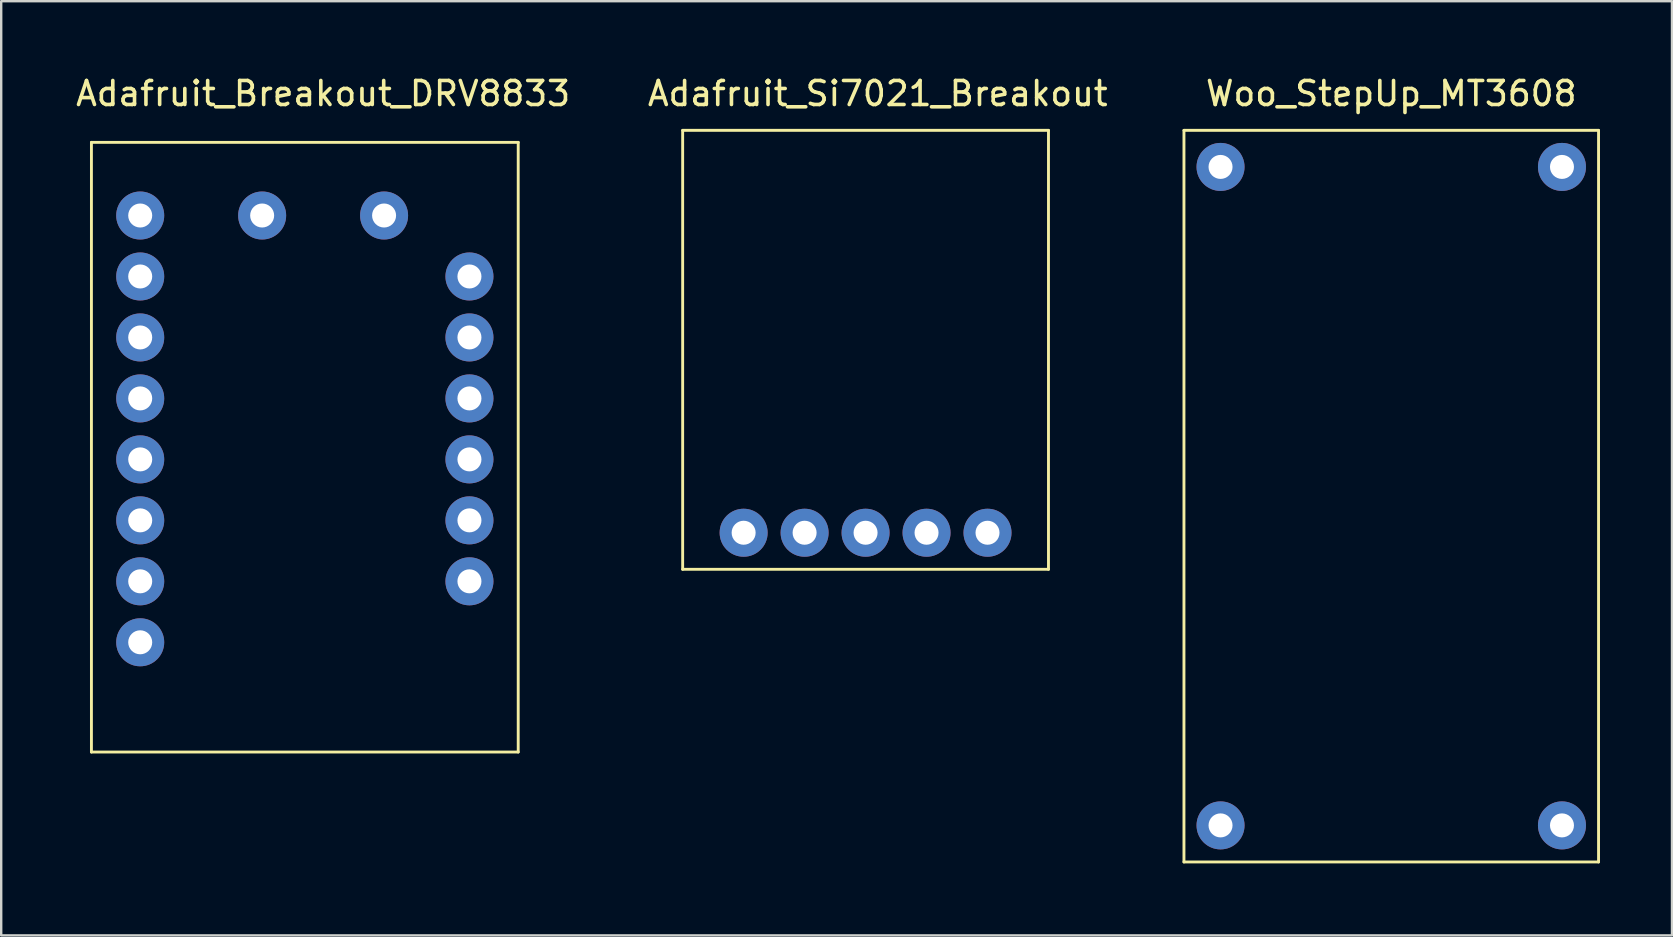
<source format=kicad_pcb>
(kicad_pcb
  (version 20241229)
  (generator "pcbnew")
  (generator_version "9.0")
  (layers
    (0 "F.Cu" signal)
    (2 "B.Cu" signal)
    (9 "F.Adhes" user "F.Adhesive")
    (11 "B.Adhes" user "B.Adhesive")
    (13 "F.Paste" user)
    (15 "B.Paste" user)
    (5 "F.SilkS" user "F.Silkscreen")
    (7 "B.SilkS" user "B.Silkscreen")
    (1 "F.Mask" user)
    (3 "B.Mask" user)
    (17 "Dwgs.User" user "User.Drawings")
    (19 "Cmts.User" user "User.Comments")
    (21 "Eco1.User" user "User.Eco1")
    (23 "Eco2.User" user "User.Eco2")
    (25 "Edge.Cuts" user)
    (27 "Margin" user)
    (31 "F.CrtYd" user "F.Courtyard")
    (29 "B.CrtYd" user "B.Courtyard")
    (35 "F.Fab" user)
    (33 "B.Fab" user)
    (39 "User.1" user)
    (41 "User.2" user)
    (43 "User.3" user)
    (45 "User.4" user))
  (footprint "Adafruit_Si7021_Breakout"
    (layer "F.Cu")
    (at 33.518 10.508)
    (property "Reference" "Adafruit_Si7021_Breakout" (at 0 -9.66 0) (layer "F.SilkS") (effects (font (size 1 1) (thickness 0.15))))
    (attr through_hole)
    (fp_line (start -8.128 -8.128) (end 7.112 -8.128) (stroke (width 0.12) (type solid)) (layer "F.SilkS"))
    (fp_line (start -8.128 10.16) (end -8.128 -8.128) (stroke (width 0.12) (type solid)) (layer "F.SilkS"))
    (fp_line (start 7.112 -8.128) (end 7.112 10.16) (stroke (width 0.12) (type solid)) (layer "F.SilkS"))
    (fp_line (start 7.112 10.16) (end -8.128 10.16) (stroke (width 0.12) (type solid)) (layer "F.SilkS"))
    (pad "1" thru_hole circle (at -5.588 8.636) (size 2 2) (drill 1) (layers "*.Cu" "*.Mask"))
    (pad "2" thru_hole circle (at -3.048 8.636) (size 2 2) (drill 1) (layers "*.Cu" "*.Mask"))
    (pad "3" thru_hole circle (at -0.508 8.636) (size 2 2) (drill 1) (layers "*.Cu" "*.Mask"))
    (pad "4" thru_hole circle (at 2.032 8.636) (size 2 2) (drill 1) (layers "*.Cu" "*.Mask"))
    (pad "5" thru_hole circle (at 4.572 8.636) (size 2 2) (drill 1) (layers "*.Cu" "*.Mask")))
  (footprint "Woo_StepUp_MT3608"
    (layer "F.Cu")
    (at 54.91 16.604)
    (property "Reference" "Woo_StepUp_MT3608" (at 0 -15.756 0) (layer "F.SilkS") (effects (font (size 1 1) (thickness 0.15))))
    (attr through_hole)
    (fp_line (start -8.636 -14.224) (end 8.636 -14.224) (stroke (width 0.12) (type solid)) (layer "F.SilkS"))
    (fp_line (start -8.636 16.256) (end -8.636 -14.224) (stroke (width 0.12) (type solid)) (layer "F.SilkS"))
    (fp_line (start 8.636 -14.224) (end 8.636 16.256) (stroke (width 0.12) (type solid)) (layer "F.SilkS"))
    (fp_line (start 8.636 16.256) (end -8.636 16.256) (stroke (width 0.12) (type solid)) (layer "F.SilkS"))
    (pad "1" thru_hole circle (at -7.112 -12.7) (size 2 2) (drill 1) (layers "*.Cu" "*.Mask"))
    (pad "2" thru_hole circle (at 7.112 -12.7) (size 2 2) (drill 1) (layers "*.Cu" "*.Mask"))
    (pad "3" thru_hole circle (at -7.112 14.732) (size 2 2) (drill 1) (layers "*.Cu" "*.Mask"))
    (pad "4" thru_hole circle (at 7.112 14.732) (size 2 2) (drill 1) (layers "*.Cu" "*.Mask")))
  (footprint "Adafruit_Breakout_DRV8833"
    (layer "F.Cu")
    (at 9.903 14.564)
    (property "Reference" "Adafruit_Breakout_DRV8833" (at 0.508 -13.716 0) (layer "F.SilkS") (effects (font (size 1 1) (thickness 0.15))))
    (attr through_hole)
    (fp_line (start -9.144 -11.684) (end -9.144 13.716) (stroke (width 0.12) (type solid)) (layer "F.SilkS"))
    (fp_line (start -9.144 13.716) (end 8.636 13.716) (stroke (width 0.12) (type solid)) (layer "F.SilkS"))
    (fp_line (start 8.636 -11.684) (end -9.144 -11.684) (stroke (width 0.12) (type solid)) (layer "F.SilkS"))
    (fp_line (start 8.636 13.716) (end 8.636 -11.684) (stroke (width 0.12) (type solid)) (layer "F.SilkS"))
    (pad "1" thru_hole circle (at -7.112 -8.636) (size 2 2) (drill 1) (layers "*.Cu" "*.Mask"))
    (pad "2" thru_hole circle (at -7.112 -6.096) (size 2 2) (drill 1) (layers "*.Cu" "*.Mask"))
    (pad "3" thru_hole circle (at -7.112 -3.556) (size 2 2) (drill 1) (layers "*.Cu" "*.Mask"))
    (pad "4" thru_hole circle (at -7.112 -1.016) (size 2 2) (drill 1) (layers "*.Cu" "*.Mask"))
    (pad "5" thru_hole circle (at -7.112 1.524) (size 2 2) (drill 1) (layers "*.Cu" "*.Mask"))
    (pad "6" thru_hole circle (at -7.112 4.064) (size 2 2) (drill 1) (layers "*.Cu" "*.Mask"))
    (pad "7" thru_hole circle (at -7.112 6.604) (size 2 2) (drill 1) (layers "*.Cu" "*.Mask"))
    (pad "8" thru_hole circle (at -7.112 9.144) (size 2 2) (drill 1) (layers "*.Cu" "*.Mask"))
    (pad "9" thru_hole circle (at 6.604 6.604) (size 2 2) (drill 1) (layers "*.Cu" "*.Mask"))
    (pad "10" thru_hole circle (at 6.604 4.064) (size 2 2) (drill 1) (layers "*.Cu" "*.Mask"))
    (pad "11" thru_hole circle (at 6.604 1.524) (size 2 2) (drill 1) (layers "*.Cu" "*.Mask"))
    (pad "12" thru_hole circle (at 6.604 -1.016) (size 2 2) (drill 1) (layers "*.Cu" "*.Mask"))
    (pad "13" thru_hole circle (at 6.604 -3.556) (size 2 2) (drill 1) (layers "*.Cu" "*.Mask"))
    (pad "14" thru_hole circle (at 6.604 -6.096) (size 2 2) (drill 1) (layers "*.Cu" "*.Mask"))
    (pad "15" thru_hole circle (at 3.048 -8.636) (size 2 2) (drill 1) (layers "*.Cu" "*.Mask"))
    (pad "16" thru_hole circle (at -2.032 -8.636) (size 2 2) (drill 1) (layers "*.Cu" "*.Mask")))
  (gr_rect
    (start -3 -3)
    (end 66.606 35.92)
    (stroke (width 0.1) (type default))
    (fill no)
    (layer "Edge.Cuts")))
</source>
